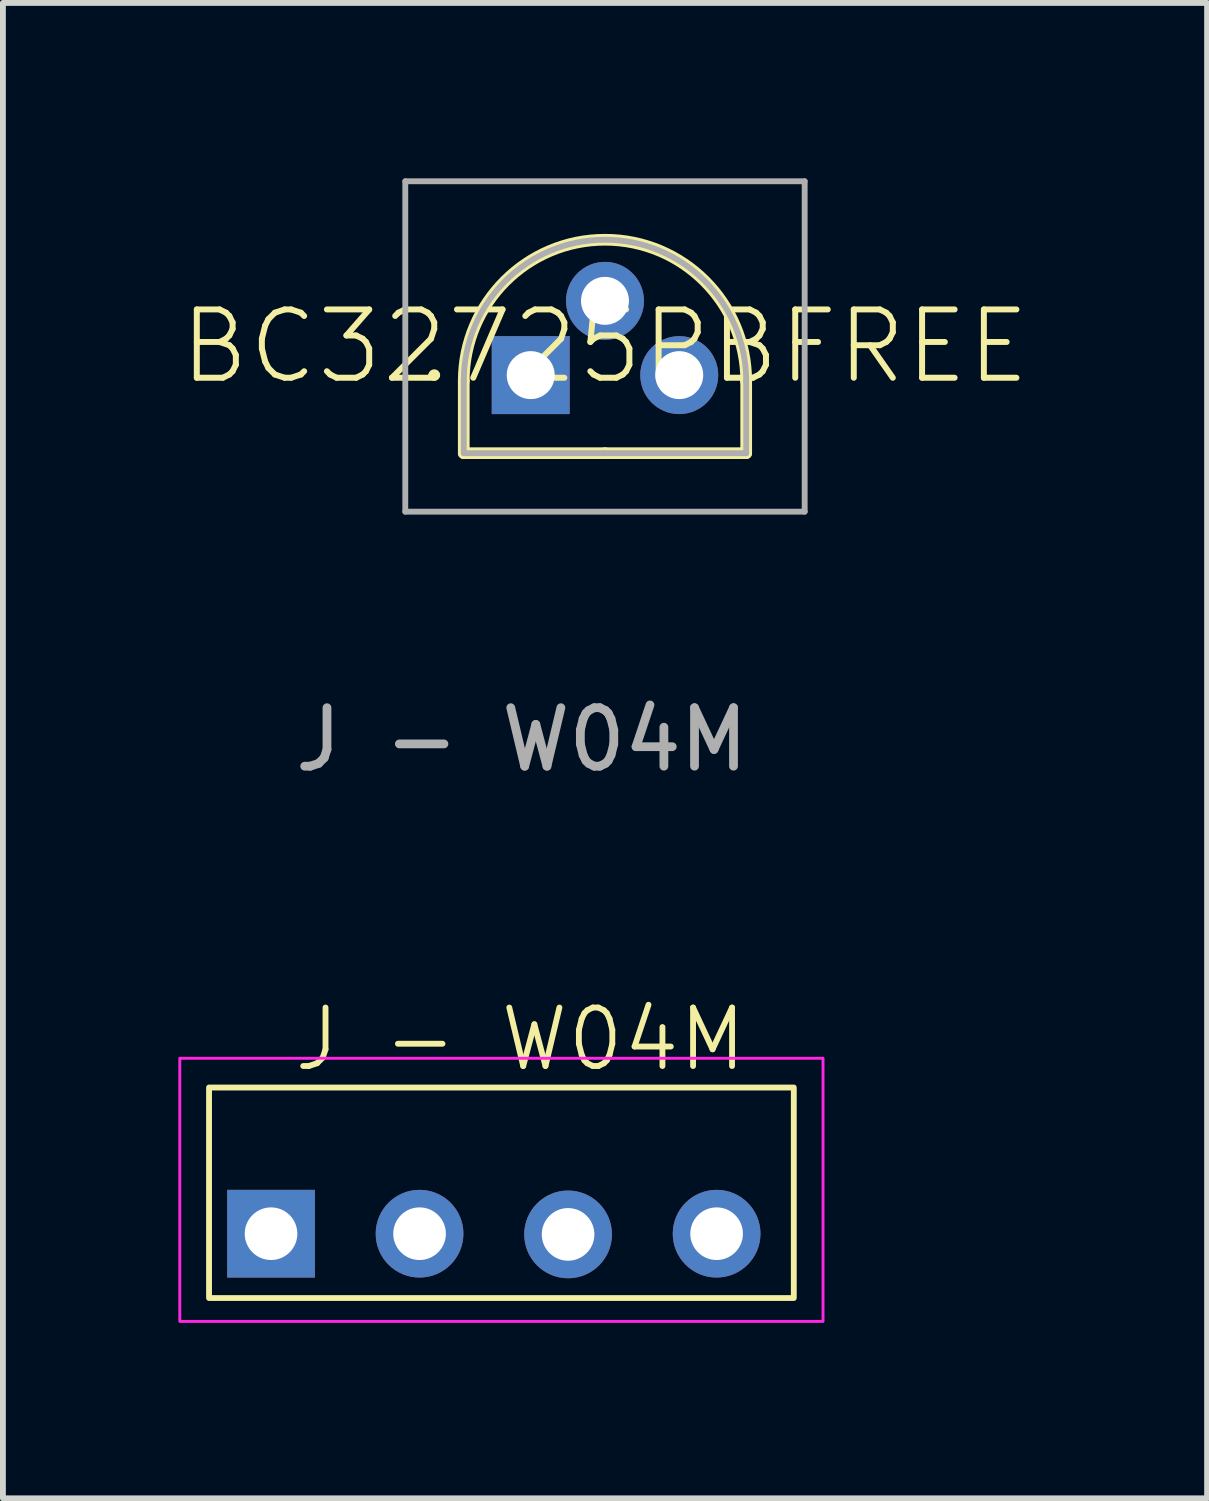
<source format=kicad_pcb>
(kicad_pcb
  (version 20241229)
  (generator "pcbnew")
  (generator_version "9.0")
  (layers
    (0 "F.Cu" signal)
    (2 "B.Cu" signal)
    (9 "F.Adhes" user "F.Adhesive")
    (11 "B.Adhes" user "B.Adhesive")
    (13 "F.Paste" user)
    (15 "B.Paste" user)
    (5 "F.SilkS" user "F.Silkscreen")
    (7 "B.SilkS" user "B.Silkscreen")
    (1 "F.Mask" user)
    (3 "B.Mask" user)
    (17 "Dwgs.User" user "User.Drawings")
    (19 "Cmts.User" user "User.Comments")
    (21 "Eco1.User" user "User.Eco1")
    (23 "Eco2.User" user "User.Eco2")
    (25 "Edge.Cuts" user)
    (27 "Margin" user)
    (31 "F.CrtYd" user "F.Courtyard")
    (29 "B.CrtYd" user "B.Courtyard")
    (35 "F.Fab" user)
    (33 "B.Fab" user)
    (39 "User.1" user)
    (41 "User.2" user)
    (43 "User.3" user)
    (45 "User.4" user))
  (footprint "J - W04M"
    (layer "F.Cu")
    (at 5.525 15.548)
    (property "Reference" "J - W04M" (at 0.325 -0.825 0) (unlocked yes) (layer "F.SilkS") (effects (font (size 1 1) (thickness 0.1))))
    (attr through_hole)
    (fp_rect (start -5 0) (end 5 3.6) (stroke (width 0.1) (type default)) (fill no) (layer "F.SilkS"))
    (fp_rect (start -5.5 -0.5) (end 5.5 4) (stroke (width 0.05) (type default)) (fill no) (layer "F.CrtYd"))
    (fp_text user "${REFERENCE}" (at 0.35 -5.95 0) (unlocked yes) (layer "F.Fab") (effects (font (size 1 1) (thickness 0.15))))
    (pad "1" thru_hole rect (at -3.94 2.5) (size 1.5 1.5) (drill 0.9) (layers "*.Cu" "*.Mask"))
    (pad "2" thru_hole circle (at -1.4 2.5) (size 1.5 1.5) (drill 0.9) (layers "*.Cu" "*.Mask"))
    (pad "3" thru_hole circle (at 1.14 2.512) (size 1.5 1.5) (drill 0.9) (layers "*.Cu" "*.Mask"))
    (pad "4" thru_hole circle (at 3.68 2.5) (size 1.5 1.5) (drill 0.9) (layers "*.Cu" "*.Mask")))
  (footprint "BC32725PBFREE"
    (layer "F.Cu")
    (at 6.026 3.365)
    (property "Reference" "BC32725PBFREE" (at 1.27 -0.49 0) (unlocked yes) (layer "F.SilkS") (effects (font (size 1.168 1.168) (thickness 0.102))))
    (fp_line (start -1.7 0) (end -1.7 0) (stroke (width 0.1) (type solid)) (layer "F.SilkS"))
    (fp_line (start -1.6 0) (end -1.6 0) (stroke (width 0.1) (type solid)) (layer "F.SilkS"))
    (fp_line (start -1.145 0.1) (end -1.145 1.335) (stroke (width 0.2) (type solid)) (layer "F.SilkS"))
    (fp_line (start -1.145 1.335) (end 1.27 1.335) (stroke (width 0.2) (type solid)) (layer "F.SilkS"))
    (fp_line (start 1.27 1.335) (end 3.685 1.335) (stroke (width 0.2) (type solid)) (layer "F.SilkS"))
    (fp_line (start 3.685 0.1) (end 3.685 0.1) (stroke (width 0.2) (type solid)) (layer "F.SilkS"))
    (fp_line (start 3.685 1.335) (end 3.685 0.1) (stroke (width 0.2) (type solid)) (layer "F.SilkS"))
    (fp_arc (start -1.7 0) (mid -1.65 -0.05) (end -1.6 0) (stroke (width 0.1) (type solid)) (layer "F.SilkS"))
    (fp_arc (start -1.6 0) (mid -1.65 0.05) (end -1.7 0) (stroke (width 0.1) (type solid)) (layer "F.SilkS"))
    (fp_arc (start -1.145 0.1) (mid 1.27 -2.315) (end 3.685 0.1) (stroke (width 0.2) (type solid)) (layer "F.SilkS"))
    (fp_line (start -2.145 -3.315) (end 4.685 -3.315) (stroke (width 0.1) (type solid)) (layer "F.Fab"))
    (fp_line (start -2.145 2.335) (end -2.145 -3.315) (stroke (width 0.1) (type solid)) (layer "F.Fab"))
    (fp_line (start -1.145 0.1) (end -1.145 1.335) (stroke (width 0.1) (type solid)) (layer "F.Fab"))
    (fp_line (start -1.145 1.335) (end 1.27 1.335) (stroke (width 0.1) (type solid)) (layer "F.Fab"))
    (fp_line (start 1.27 1.335) (end 3.685 1.335) (stroke (width 0.1) (type solid)) (layer "F.Fab"))
    (fp_line (start 3.685 0.1) (end 3.685 0.1) (stroke (width 0.1) (type solid)) (layer "F.Fab"))
    (fp_line (start 3.685 1.335) (end 3.685 0.1) (stroke (width 0.1) (type solid)) (layer "F.Fab"))
    (fp_line (start 4.685 -3.315) (end 4.685 2.335) (stroke (width 0.1) (type solid)) (layer "F.Fab"))
    (fp_line (start 4.685 2.335) (end -2.145 2.335) (stroke (width 0.1) (type solid)) (layer "F.Fab"))
    (fp_arc (start -1.145 0.1) (mid 1.27 -2.315) (end 3.685 0.1) (stroke (width 0.1) (type solid)) (layer "F.Fab"))
    (pad "1" thru_hole rect (at 0 0) (size 1.333 1.333) (drill 0.82) (layers "*.Cu" "*.Mask"))
    (pad "2" thru_hole circle (at 1.27 -1.27) (size 1.333 1.333) (drill 0.82) (layers "*.Cu" "*.Mask"))
    (pad "3" thru_hole circle (at 2.54 0) (size 1.333 1.333) (drill 0.82) (layers "*.Cu" "*.Mask")))
  (gr_rect
    (start -3 -3)
    (end 17.593 22.573)
    (stroke (width 0.1) (type default))
    (fill no)
    (layer "Edge.Cuts")))
</source>
